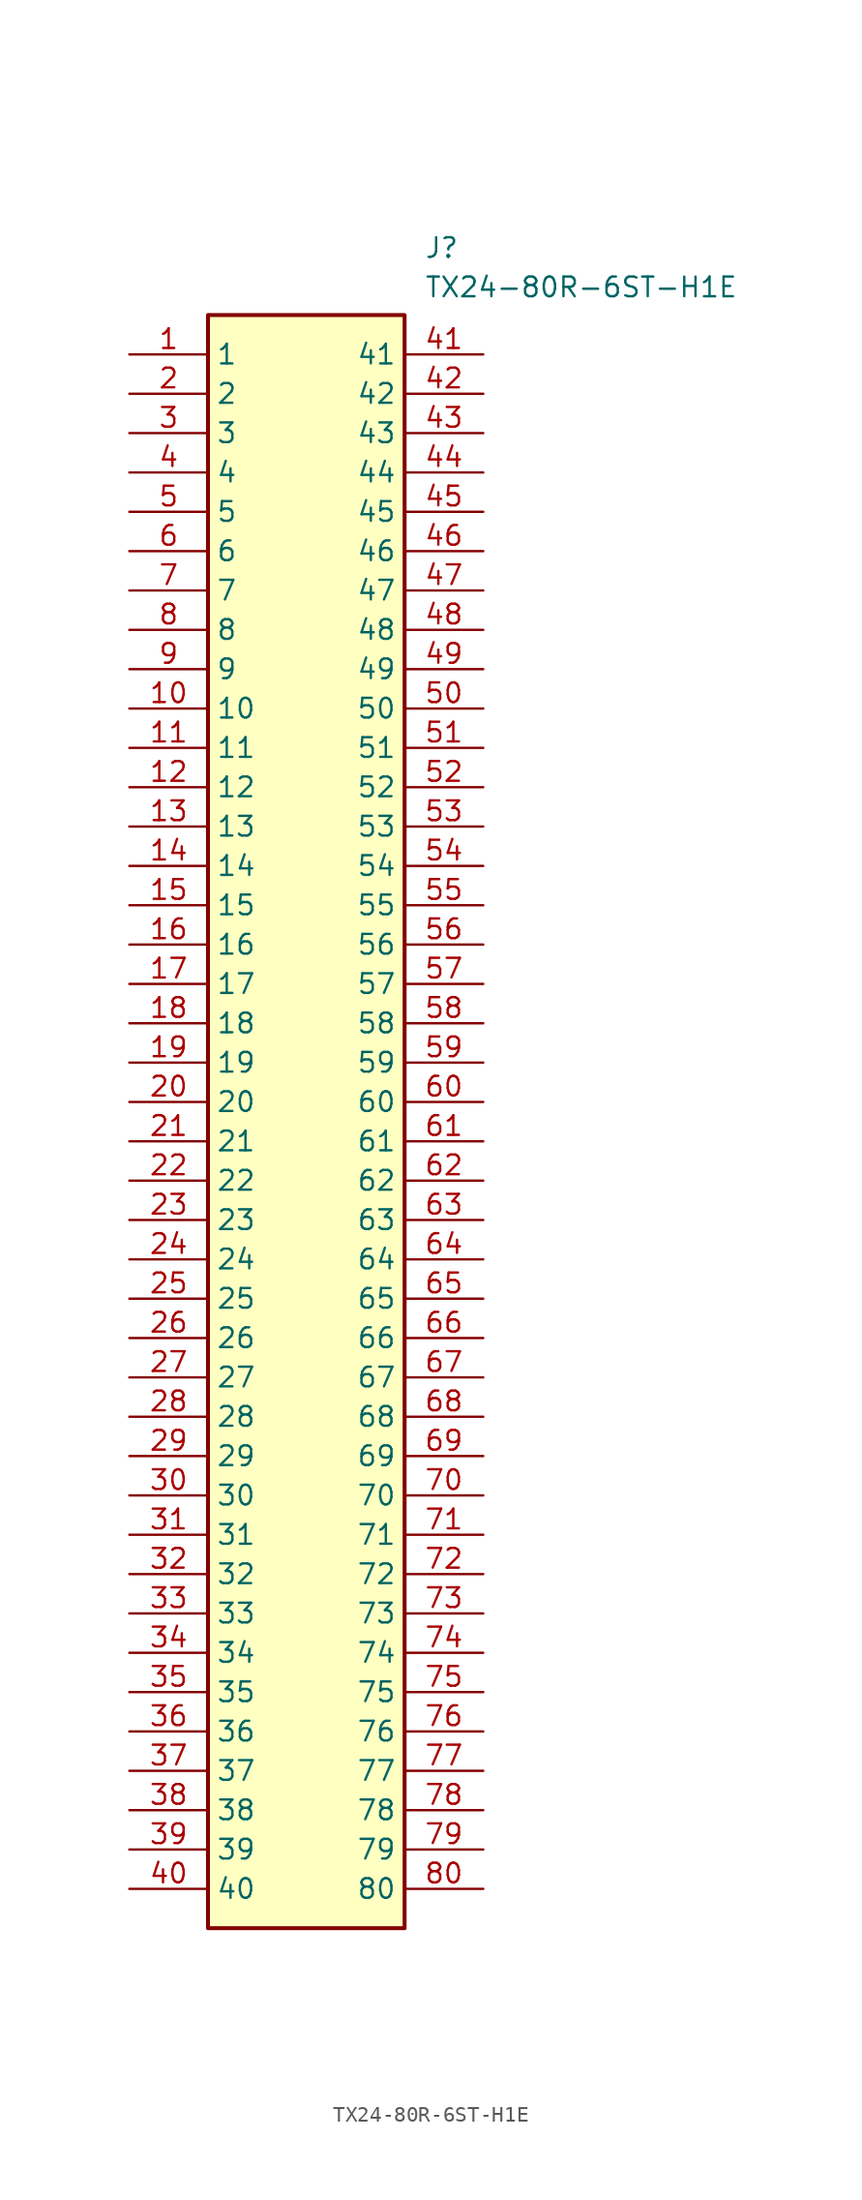
<source format=kicad_sym>
(kicad_symbol_lib
  (version 20220914)
  (generator kicad_symbol_editor)
  (symbol "TX24-80R-6ST-H1E"
    (property "Reference" "J"
      (at 19.05 7.62 0)
      (effects (font (size 1.27 1.27)) (justify left top)))
    (property "Value" "TX24-80R-6ST-H1E"
      (at 19.05 5.08 0)
      (effects (font (size 1.27 1.27)) (justify left top)))
    (symbol "TX24-80R-6ST-H1E_1_1"
      (rectangle (start 5.08 2.54) (end 17.78 -101.6) (stroke (width 0.254) (type default)) (fill (type background)))
      (pin passive line (at 0 0 0) (length 5.08) (name "1" (effects (font (size 1.27 1.27)))) (number "1" (effects (font (size 1.27 1.27)))))
      (pin passive line (at 0 -22.86 0) (length 5.08) (name "10" (effects (font (size 1.27 1.27)))) (number "10" (effects (font (size 1.27 1.27)))))
      (pin passive line (at 0 -25.4 0) (length 5.08) (name "11" (effects (font (size 1.27 1.27)))) (number "11" (effects (font (size 1.27 1.27)))))
      (pin passive line (at 0 -27.94 0) (length 5.08) (name "12" (effects (font (size 1.27 1.27)))) (number "12" (effects (font (size 1.27 1.27)))))
      (pin passive line (at 0 -30.48 0) (length 5.08) (name "13" (effects (font (size 1.27 1.27)))) (number "13" (effects (font (size 1.27 1.27)))))
      (pin passive line (at 0 -33.02 0) (length 5.08) (name "14" (effects (font (size 1.27 1.27)))) (number "14" (effects (font (size 1.27 1.27)))))
      (pin passive line (at 0 -35.56 0) (length 5.08) (name "15" (effects (font (size 1.27 1.27)))) (number "15" (effects (font (size 1.27 1.27)))))
      (pin passive line (at 0 -38.1 0) (length 5.08) (name "16" (effects (font (size 1.27 1.27)))) (number "16" (effects (font (size 1.27 1.27)))))
      (pin passive line (at 0 -40.64 0) (length 5.08) (name "17" (effects (font (size 1.27 1.27)))) (number "17" (effects (font (size 1.27 1.27)))))
      (pin passive line (at 0 -43.18 0) (length 5.08) (name "18" (effects (font (size 1.27 1.27)))) (number "18" (effects (font (size 1.27 1.27)))))
      (pin passive line (at 0 -45.72 0) (length 5.08) (name "19" (effects (font (size 1.27 1.27)))) (number "19" (effects (font (size 1.27 1.27)))))
      (pin passive line (at 0 -2.54 0) (length 5.08) (name "2" (effects (font (size 1.27 1.27)))) (number "2" (effects (font (size 1.27 1.27)))))
      (pin passive line (at 0 -48.26 0) (length 5.08) (name "20" (effects (font (size 1.27 1.27)))) (number "20" (effects (font (size 1.27 1.27)))))
      (pin passive line (at 0 -50.8 0) (length 5.08) (name "21" (effects (font (size 1.27 1.27)))) (number "21" (effects (font (size 1.27 1.27)))))
      (pin passive line (at 0 -53.34 0) (length 5.08) (name "22" (effects (font (size 1.27 1.27)))) (number "22" (effects (font (size 1.27 1.27)))))
      (pin passive line (at 0 -55.88 0) (length 5.08) (name "23" (effects (font (size 1.27 1.27)))) (number "23" (effects (font (size 1.27 1.27)))))
      (pin passive line (at 0 -58.42 0) (length 5.08) (name "24" (effects (font (size 1.27 1.27)))) (number "24" (effects (font (size 1.27 1.27)))))
      (pin passive line (at 0 -60.96 0) (length 5.08) (name "25" (effects (font (size 1.27 1.27)))) (number "25" (effects (font (size 1.27 1.27)))))
      (pin passive line (at 0 -63.5 0) (length 5.08) (name "26" (effects (font (size 1.27 1.27)))) (number "26" (effects (font (size 1.27 1.27)))))
      (pin passive line (at 0 -66.04 0) (length 5.08) (name "27" (effects (font (size 1.27 1.27)))) (number "27" (effects (font (size 1.27 1.27)))))
      (pin passive line (at 0 -68.58 0) (length 5.08) (name "28" (effects (font (size 1.27 1.27)))) (number "28" (effects (font (size 1.27 1.27)))))
      (pin passive line (at 0 -71.12 0) (length 5.08) (name "29" (effects (font (size 1.27 1.27)))) (number "29" (effects (font (size 1.27 1.27)))))
      (pin passive line (at 0 -5.08 0) (length 5.08) (name "3" (effects (font (size 1.27 1.27)))) (number "3" (effects (font (size 1.27 1.27)))))
      (pin passive line (at 0 -73.66 0) (length 5.08) (name "30" (effects (font (size 1.27 1.27)))) (number "30" (effects (font (size 1.27 1.27)))))
      (pin passive line (at 0 -76.2 0) (length 5.08) (name "31" (effects (font (size 1.27 1.27)))) (number "31" (effects (font (size 1.27 1.27)))))
      (pin passive line (at 0 -78.74 0) (length 5.08) (name "32" (effects (font (size 1.27 1.27)))) (number "32" (effects (font (size 1.27 1.27)))))
      (pin passive line (at 0 -81.28 0) (length 5.08) (name "33" (effects (font (size 1.27 1.27)))) (number "33" (effects (font (size 1.27 1.27)))))
      (pin passive line (at 0 -83.82 0) (length 5.08) (name "34" (effects (font (size 1.27 1.27)))) (number "34" (effects (font (size 1.27 1.27)))))
      (pin passive line (at 0 -86.36 0) (length 5.08) (name "35" (effects (font (size 1.27 1.27)))) (number "35" (effects (font (size 1.27 1.27)))))
      (pin passive line (at 0 -88.9 0) (length 5.08) (name "36" (effects (font (size 1.27 1.27)))) (number "36" (effects (font (size 1.27 1.27)))))
      (pin passive line (at 0 -91.44 0) (length 5.08) (name "37" (effects (font (size 1.27 1.27)))) (number "37" (effects (font (size 1.27 1.27)))))
      (pin passive line (at 0 -93.98 0) (length 5.08) (name "38" (effects (font (size 1.27 1.27)))) (number "38" (effects (font (size 1.27 1.27)))))
      (pin passive line (at 0 -96.52 0) (length 5.08) (name "39" (effects (font (size 1.27 1.27)))) (number "39" (effects (font (size 1.27 1.27)))))
      (pin passive line (at 0 -7.62 0) (length 5.08) (name "4" (effects (font (size 1.27 1.27)))) (number "4" (effects (font (size 1.27 1.27)))))
      (pin passive line (at 0 -99.06 0) (length 5.08) (name "40" (effects (font (size 1.27 1.27)))) (number "40" (effects (font (size 1.27 1.27)))))
      (pin passive line (at 22.86 0 180) (length 5.08) (name "41" (effects (font (size 1.27 1.27)))) (number "41" (effects (font (size 1.27 1.27)))))
      (pin passive line (at 22.86 -2.54 180) (length 5.08) (name "42" (effects (font (size 1.27 1.27)))) (number "42" (effects (font (size 1.27 1.27)))))
      (pin passive line (at 22.86 -5.08 180) (length 5.08) (name "43" (effects (font (size 1.27 1.27)))) (number "43" (effects (font (size 1.27 1.27)))))
      (pin passive line (at 22.86 -7.62 180) (length 5.08) (name "44" (effects (font (size 1.27 1.27)))) (number "44" (effects (font (size 1.27 1.27)))))
      (pin passive line (at 22.86 -10.16 180) (length 5.08) (name "45" (effects (font (size 1.27 1.27)))) (number "45" (effects (font (size 1.27 1.27)))))
      (pin passive line (at 22.86 -12.7 180) (length 5.08) (name "46" (effects (font (size 1.27 1.27)))) (number "46" (effects (font (size 1.27 1.27)))))
      (pin passive line (at 22.86 -15.24 180) (length 5.08) (name "47" (effects (font (size 1.27 1.27)))) (number "47" (effects (font (size 1.27 1.27)))))
      (pin passive line (at 22.86 -17.78 180) (length 5.08) (name "48" (effects (font (size 1.27 1.27)))) (number "48" (effects (font (size 1.27 1.27)))))
      (pin passive line (at 22.86 -20.32 180) (length 5.08) (name "49" (effects (font (size 1.27 1.27)))) (number "49" (effects (font (size 1.27 1.27)))))
      (pin passive line (at 0 -10.16 0) (length 5.08) (name "5" (effects (font (size 1.27 1.27)))) (number "5" (effects (font (size 1.27 1.27)))))
      (pin passive line (at 22.86 -22.86 180) (length 5.08) (name "50" (effects (font (size 1.27 1.27)))) (number "50" (effects (font (size 1.27 1.27)))))
      (pin passive line (at 22.86 -25.4 180) (length 5.08) (name "51" (effects (font (size 1.27 1.27)))) (number "51" (effects (font (size 1.27 1.27)))))
      (pin passive line (at 22.86 -27.94 180) (length 5.08) (name "52" (effects (font (size 1.27 1.27)))) (number "52" (effects (font (size 1.27 1.27)))))
      (pin passive line (at 22.86 -30.48 180) (length 5.08) (name "53" (effects (font (size 1.27 1.27)))) (number "53" (effects (font (size 1.27 1.27)))))
      (pin passive line (at 22.86 -33.02 180) (length 5.08) (name "54" (effects (font (size 1.27 1.27)))) (number "54" (effects (font (size 1.27 1.27)))))
      (pin passive line (at 22.86 -35.56 180) (length 5.08) (name "55" (effects (font (size 1.27 1.27)))) (number "55" (effects (font (size 1.27 1.27)))))
      (pin passive line (at 22.86 -38.1 180) (length 5.08) (name "56" (effects (font (size 1.27 1.27)))) (number "56" (effects (font (size 1.27 1.27)))))
      (pin passive line (at 22.86 -40.64 180) (length 5.08) (name "57" (effects (font (size 1.27 1.27)))) (number "57" (effects (font (size 1.27 1.27)))))
      (pin passive line (at 22.86 -43.18 180) (length 5.08) (name "58" (effects (font (size 1.27 1.27)))) (number "58" (effects (font (size 1.27 1.27)))))
      (pin passive line (at 22.86 -45.72 180) (length 5.08) (name "59" (effects (font (size 1.27 1.27)))) (number "59" (effects (font (size 1.27 1.27)))))
      (pin passive line (at 0 -12.7 0) (length 5.08) (name "6" (effects (font (size 1.27 1.27)))) (number "6" (effects (font (size 1.27 1.27)))))
      (pin passive line (at 22.86 -48.26 180) (length 5.08) (name "60" (effects (font (size 1.27 1.27)))) (number "60" (effects (font (size 1.27 1.27)))))
      (pin passive line (at 22.86 -50.8 180) (length 5.08) (name "61" (effects (font (size 1.27 1.27)))) (number "61" (effects (font (size 1.27 1.27)))))
      (pin passive line (at 22.86 -53.34 180) (length 5.08) (name "62" (effects (font (size 1.27 1.27)))) (number "62" (effects (font (size 1.27 1.27)))))
      (pin passive line (at 22.86 -55.88 180) (length 5.08) (name "63" (effects (font (size 1.27 1.27)))) (number "63" (effects (font (size 1.27 1.27)))))
      (pin passive line (at 22.86 -58.42 180) (length 5.08) (name "64" (effects (font (size 1.27 1.27)))) (number "64" (effects (font (size 1.27 1.27)))))
      (pin passive line (at 22.86 -60.96 180) (length 5.08) (name "65" (effects (font (size 1.27 1.27)))) (number "65" (effects (font (size 1.27 1.27)))))
      (pin passive line (at 22.86 -63.5 180) (length 5.08) (name "66" (effects (font (size 1.27 1.27)))) (number "66" (effects (font (size 1.27 1.27)))))
      (pin passive line (at 22.86 -66.04 180) (length 5.08) (name "67" (effects (font (size 1.27 1.27)))) (number "67" (effects (font (size 1.27 1.27)))))
      (pin passive line (at 22.86 -68.58 180) (length 5.08) (name "68" (effects (font (size 1.27 1.27)))) (number "68" (effects (font (size 1.27 1.27)))))
      (pin passive line (at 22.86 -71.12 180) (length 5.08) (name "69" (effects (font (size 1.27 1.27)))) (number "69" (effects (font (size 1.27 1.27)))))
      (pin passive line (at 0 -15.24 0) (length 5.08) (name "7" (effects (font (size 1.27 1.27)))) (number "7" (effects (font (size 1.27 1.27)))))
      (pin passive line (at 22.86 -73.66 180) (length 5.08) (name "70" (effects (font (size 1.27 1.27)))) (number "70" (effects (font (size 1.27 1.27)))))
      (pin passive line (at 22.86 -76.2 180) (length 5.08) (name "71" (effects (font (size 1.27 1.27)))) (number "71" (effects (font (size 1.27 1.27)))))
      (pin passive line (at 22.86 -78.74 180) (length 5.08) (name "72" (effects (font (size 1.27 1.27)))) (number "72" (effects (font (size 1.27 1.27)))))
      (pin passive line (at 22.86 -81.28 180) (length 5.08) (name "73" (effects (font (size 1.27 1.27)))) (number "73" (effects (font (size 1.27 1.27)))))
      (pin passive line (at 22.86 -83.82 180) (length 5.08) (name "74" (effects (font (size 1.27 1.27)))) (number "74" (effects (font (size 1.27 1.27)))))
      (pin passive line (at 22.86 -86.36 180) (length 5.08) (name "75" (effects (font (size 1.27 1.27)))) (number "75" (effects (font (size 1.27 1.27)))))
      (pin passive line (at 22.86 -88.9 180) (length 5.08) (name "76" (effects (font (size 1.27 1.27)))) (number "76" (effects (font (size 1.27 1.27)))))
      (pin passive line (at 22.86 -91.44 180) (length 5.08) (name "77" (effects (font (size 1.27 1.27)))) (number "77" (effects (font (size 1.27 1.27)))))
      (pin passive line (at 22.86 -93.98 180) (length 5.08) (name "78" (effects (font (size 1.27 1.27)))) (number "78" (effects (font (size 1.27 1.27)))))
      (pin passive line (at 22.86 -96.52 180) (length 5.08) (name "79" (effects (font (size 1.27 1.27)))) (number "79" (effects (font (size 1.27 1.27)))))
      (pin passive line (at 0 -17.78 0) (length 5.08) (name "8" (effects (font (size 1.27 1.27)))) (number "8" (effects (font (size 1.27 1.27)))))
      (pin passive line (at 22.86 -99.06 180) (length 5.08) (name "80" (effects (font (size 1.27 1.27)))) (number "80" (effects (font (size 1.27 1.27)))))
      (pin passive line (at 0 -20.32 0) (length 5.08) (name "9" (effects (font (size 1.27 1.27)))) (number "9" (effects (font (size 1.27 1.27))))))))
</source>
